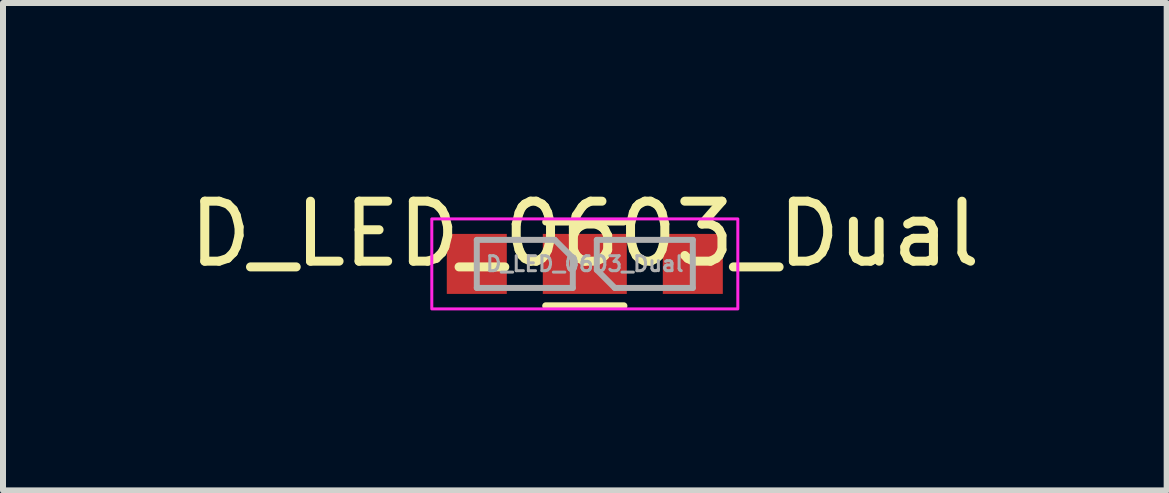
<source format=kicad_pcb>
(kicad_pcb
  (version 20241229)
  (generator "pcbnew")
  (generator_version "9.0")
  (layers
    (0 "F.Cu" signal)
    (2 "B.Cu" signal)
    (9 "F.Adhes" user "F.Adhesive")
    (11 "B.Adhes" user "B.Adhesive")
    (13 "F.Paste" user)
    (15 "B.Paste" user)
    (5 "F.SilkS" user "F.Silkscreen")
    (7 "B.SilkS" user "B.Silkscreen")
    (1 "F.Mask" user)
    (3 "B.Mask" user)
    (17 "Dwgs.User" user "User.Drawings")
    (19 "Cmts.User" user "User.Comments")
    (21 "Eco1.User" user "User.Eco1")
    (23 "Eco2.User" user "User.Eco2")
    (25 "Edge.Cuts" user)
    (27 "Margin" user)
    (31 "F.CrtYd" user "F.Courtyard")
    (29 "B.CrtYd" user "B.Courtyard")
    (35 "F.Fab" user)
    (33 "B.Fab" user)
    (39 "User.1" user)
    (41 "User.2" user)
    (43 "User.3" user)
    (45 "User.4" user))
  (footprint "D_LED_0603_Dual"
    (layer "F.Cu")
    (at 6.696 1.348)
    (property "Reference" "D_LED_0603_Dual" (at 0 -0.5 0) (unlocked yes) (layer "F.SilkS") (effects (font (size 1 1) (thickness 0.15))))
    (attr smd)
    (fp_line (start -0.65 0.7) (end 0.65 0.7) (stroke (width 0.12) (type default)) (layer "F.SilkS"))
    (fp_line (start 0.65 -0.7) (end -0.65 -0.7) (stroke (width 0.12) (type default)) (layer "F.SilkS"))
    (fp_rect (start 2.55 0.75) (end -2.55 -0.75) (stroke (width 0.05) (type default)) (fill no) (layer "F.CrtYd"))
    (fp_line (start -1.8 -0.4) (end -0.5 -0.4) (stroke (width 0.1) (type solid)) (layer "F.Fab"))
    (fp_line (start -1.8 0.4) (end -1.8 -0.4) (stroke (width 0.1) (type solid)) (layer "F.Fab"))
    (fp_line (start -0.5 -0.4) (end -0.2 -0.1) (stroke (width 0.1) (type solid)) (layer "F.Fab"))
    (fp_line (start -0.2 -0.1) (end -0.2 0.4) (stroke (width 0.1) (type solid)) (layer "F.Fab"))
    (fp_line (start -0.2 0.4) (end -1.8 0.4) (stroke (width 0.1) (type solid)) (layer "F.Fab"))
    (fp_line (start 0.2 -0.4) (end 1.8 -0.4) (stroke (width 0.1) (type solid)) (layer "F.Fab"))
    (fp_line (start 0.2 0.1) (end 0.2 -0.4) (stroke (width 0.1) (type solid)) (layer "F.Fab"))
    (fp_line (start 0.5 0.4) (end 0.2 0.1) (stroke (width 0.1) (type solid)) (layer "F.Fab"))
    (fp_line (start 1.8 -0.4) (end 1.8 0.4) (stroke (width 0.1) (type solid)) (layer "F.Fab"))
    (fp_line (start 1.8 0.4) (end 0.5 0.4) (stroke (width 0.1) (type solid)) (layer "F.Fab"))
    (fp_text user "${REFERENCE}" (at 0 0 0) (unlocked yes) (layer "F.Fab") (effects (font (size 0.25 0.25) (thickness 0.05))))
    (pad "1" smd rect (at -1.8 0 180) (size 1 1) (layers "F.Cu" "F.Mask" "F.Paste"))
    (pad "2" smd rect (at 1.8 0) (size 1 1) (layers "F.Cu" "F.Mask" "F.Paste"))
    (pad "3" smd rect (at 0 0) (size 1.4 1) (layers "F.Cu" "F.Mask" "F.Paste")))
  (gr_rect
    (start -3 -3)
    (end 16.393 5.123)
    (stroke (width 0.1) (type default))
    (fill no)
    (layer "Edge.Cuts")))
</source>
